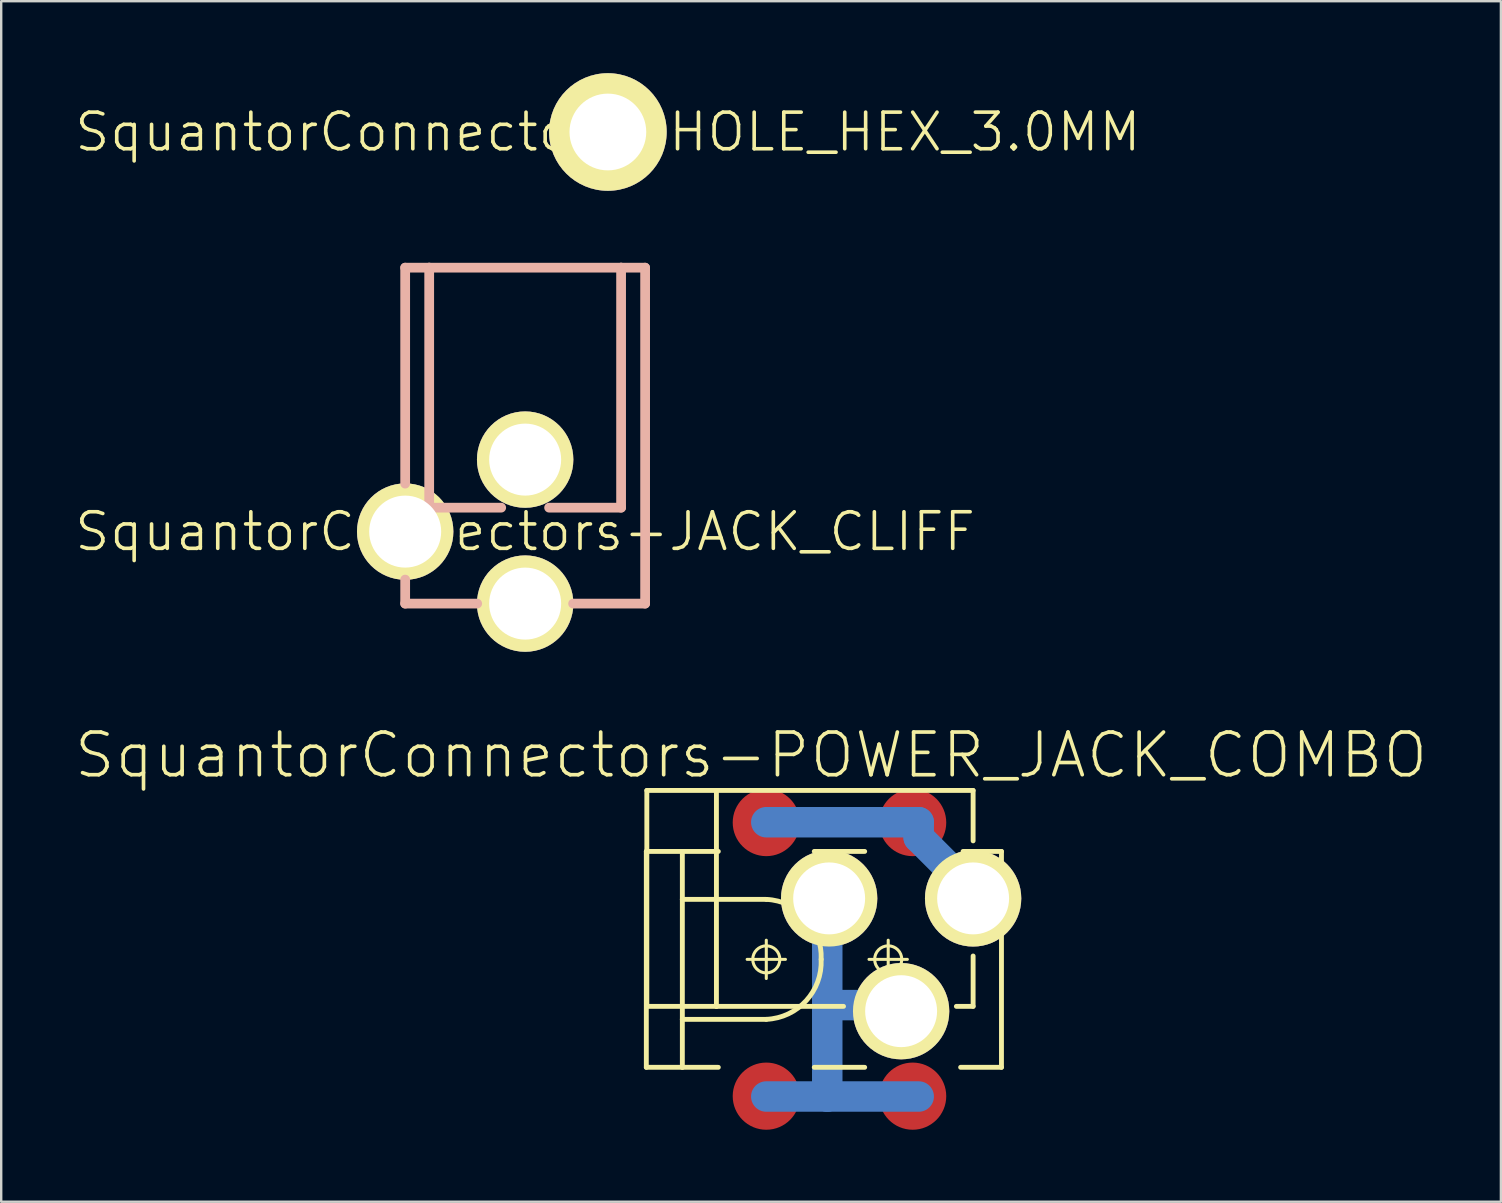
<source format=kicad_pcb>
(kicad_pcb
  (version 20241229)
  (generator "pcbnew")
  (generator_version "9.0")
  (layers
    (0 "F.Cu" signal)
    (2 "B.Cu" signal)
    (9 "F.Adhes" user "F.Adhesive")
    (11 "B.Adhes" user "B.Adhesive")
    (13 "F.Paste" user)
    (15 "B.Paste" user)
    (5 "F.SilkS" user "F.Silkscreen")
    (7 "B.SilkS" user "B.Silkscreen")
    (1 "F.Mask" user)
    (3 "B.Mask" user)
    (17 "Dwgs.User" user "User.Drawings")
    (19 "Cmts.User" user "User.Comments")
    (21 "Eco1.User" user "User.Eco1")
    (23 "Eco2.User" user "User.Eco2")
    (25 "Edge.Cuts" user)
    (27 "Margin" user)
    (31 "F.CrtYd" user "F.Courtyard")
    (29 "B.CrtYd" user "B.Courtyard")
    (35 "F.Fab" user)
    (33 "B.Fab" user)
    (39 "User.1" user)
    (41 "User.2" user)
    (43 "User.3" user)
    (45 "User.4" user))
  (footprint "SquantorConnectors-JACK_CLIFF"
    (layer "F.Cu")
    (at 18.832 19.101)
    (property "Reference" "SquantorConnectors-JACK_CLIFF" (at 0 0 0) (layer "F.SilkS") (effects (font (size 1.524 1.524) (thickness 0.15))))
    (attr exclude_from_pos_files exclude_from_bom)
    (fp_line (start -4.999 -10.998) (end -4.999 -1.999) (stroke (width 0.406) (type solid)) (layer "B.SilkS"))
    (fp_line (start -4.999 1.999) (end -4.999 3) (stroke (width 0.406) (type solid)) (layer "B.SilkS"))
    (fp_line (start -4.999 3) (end -1.999 3) (stroke (width 0.406) (type solid)) (layer "B.SilkS"))
    (fp_line (start -3.998 -10.998) (end -4.999 -10.998) (stroke (width 0.406) (type solid)) (layer "B.SilkS"))
    (fp_line (start -3.998 -10.998) (end -3.998 -0.998) (stroke (width 0.406) (type solid)) (layer "B.SilkS"))
    (fp_line (start -3.998 -0.998) (end -0.998 -0.998) (stroke (width 0.406) (type solid)) (layer "B.SilkS"))
    (fp_line (start 0.998 -0.998) (end 3.998 -0.998) (stroke (width 0.406) (type solid)) (layer "B.SilkS"))
    (fp_line (start 1.999 3) (end 4.999 3) (stroke (width 0.406) (type solid)) (layer "B.SilkS"))
    (fp_line (start 3.998 -10.998) (end -3.998 -10.998) (stroke (width 0.406) (type solid)) (layer "B.SilkS"))
    (fp_line (start 3.998 -0.998) (end 3.998 -10.998) (stroke (width 0.406) (type solid)) (layer "B.SilkS"))
    (fp_line (start 4.999 -10.998) (end 3.998 -10.998) (stroke (width 0.406) (type solid)) (layer "B.SilkS"))
    (fp_line (start 4.999 3) (end 4.999 -10.998) (stroke (width 0.406) (type solid)) (layer "B.SilkS"))
    (pad "BARR" thru_hole circle (at 0 -3) (size 4.016 4.016) (drill 3) (layers "*.Cu" "F.Mask" "F.SilkS" "F.Paste"))
    (pad "CENT" thru_hole circle (at 0 3) (size 4.016 4.016) (drill 3) (layers "*.Cu" "F.Mask" "F.SilkS" "F.Paste"))
    (pad "SWIT" thru_hole circle (at -4.999 0) (size 4.016 4.016) (drill 3) (layers "*.Cu" "F.Mask" "F.SilkS" "F.Paste")))
  (footprint "SquantorConnectors-POWER_JACK_COMBO"
    (layer "F.Cu")
    (at 28.88 36.925)
    (property "Reference" "SquantorConnectors-POWER_JACK_COMBO" (at -0.635 -8.509 0) (layer "F.SilkS") (effects (font (size 1.778 1.778) (thickness 0.152))))
    (attr smd)
    (fp_line (start 0 -5.715) (end 6.35 -5.715) (stroke (width 1.27) (type solid)) (layer "B.Cu"))
    (fp_line (start 2.54 -2.54) (end 2.54 1.905) (stroke (width 1.27) (type solid)) (layer "B.Cu"))
    (fp_line (start 2.54 1.905) (end 2.54 5.715) (stroke (width 1.27) (type solid)) (layer "B.Cu"))
    (fp_line (start 2.54 5.715) (end 0 5.715) (stroke (width 1.27) (type solid)) (layer "B.Cu"))
    (fp_line (start 5.715 1.905) (end 2.54 1.905) (stroke (width 1.27) (type solid)) (layer "B.Cu"))
    (fp_line (start 6.35 -5.715) (end 6.35 -5.08) (stroke (width 1.27) (type solid)) (layer "B.Cu"))
    (fp_line (start 6.35 -5.08) (end 8.89 -2.54) (stroke (width 1.27) (type solid)) (layer "B.Cu"))
    (fp_line (start 6.35 5.715) (end 2.54 5.715) (stroke (width 1.27) (type solid)) (layer "B.Cu"))
    (fp_line (start -4.999 -4.498) (end -4.999 4.498) (stroke (width 0.203) (type solid)) (layer "F.SilkS"))
    (fp_line (start -4.999 -4.498) (end -3.498 -4.498) (stroke (width 0.203) (type solid)) (layer "F.SilkS"))
    (fp_line (start -4.978 1.958) (end -4.978 -7.038) (stroke (width 0.203) (type solid)) (layer "F.SilkS"))
    (fp_line (start -4.978 1.958) (end -2.078 1.958) (stroke (width 0.203) (type solid)) (layer "F.SilkS"))
    (fp_line (start -3.498 -4.498) (end -3.498 -2.499) (stroke (width 0.203) (type solid)) (layer "F.SilkS"))
    (fp_line (start -3.498 -4.498) (end -1.999 -4.498) (stroke (width 0.203) (type solid)) (layer "F.SilkS"))
    (fp_line (start -3.498 -2.499) (end -3.498 2.499) (stroke (width 0.203) (type solid)) (layer "F.SilkS"))
    (fp_line (start -3.498 -2.499) (end 0 -2.499) (stroke (width 0.203) (type solid)) (layer "F.SilkS"))
    (fp_line (start -3.498 2.499) (end -3.498 4.498) (stroke (width 0.203) (type solid)) (layer "F.SilkS"))
    (fp_line (start -3.498 4.498) (end -4.999 4.498) (stroke (width 0.203) (type solid)) (layer "F.SilkS"))
    (fp_line (start -2.078 -7.038) (end -4.978 -7.038) (stroke (width 0.203) (type solid)) (layer "F.SilkS"))
    (fp_line (start -2.078 -7.038) (end -2.078 1.958) (stroke (width 0.203) (type solid)) (layer "F.SilkS"))
    (fp_line (start -2.078 -7.038) (end 8.618 -7.038) (stroke (width 0.203) (type solid)) (layer "F.SilkS"))
    (fp_line (start -2.078 1.958) (end 3.218 1.958) (stroke (width 0.203) (type solid)) (layer "F.SilkS"))
    (fp_line (start -1.999 4.498) (end -3.498 4.498) (stroke (width 0.203) (type solid)) (layer "F.SilkS"))
    (fp_line (start -0.798 0) (end 0.798 0) (stroke (width 0.127) (type solid)) (layer "F.SilkS"))
    (fp_line (start 0 0.798) (end 0 -0.798) (stroke (width 0.127) (type solid)) (layer "F.SilkS"))
    (fp_line (start 0 2.499) (end -3.498 2.499) (stroke (width 0.203) (type solid)) (layer "F.SilkS"))
    (fp_line (start 1.999 -4.498) (end 4.1 -4.498) (stroke (width 0.203) (type solid)) (layer "F.SilkS"))
    (fp_line (start 4.1 4.498) (end 1.999 4.498) (stroke (width 0.203) (type solid)) (layer "F.SilkS"))
    (fp_line (start 4.28 0) (end 5.878 0) (stroke (width 0.127) (type solid)) (layer "F.SilkS"))
    (fp_line (start 5.08 0.798) (end 5.08 -0.798) (stroke (width 0.127) (type solid)) (layer "F.SilkS"))
    (fp_line (start 8.199 -4.498) (end 9.799 -4.498) (stroke (width 0.203) (type solid)) (layer "F.SilkS"))
    (fp_line (start 8.618 -7.038) (end 8.618 -4.938) (stroke (width 0.203) (type solid)) (layer "F.SilkS"))
    (fp_line (start 8.618 1.958) (end 7.92 1.958) (stroke (width 0.203) (type solid)) (layer "F.SilkS"))
    (fp_line (start 8.618 1.958) (end 8.618 -0.14) (stroke (width 0.203) (type solid)) (layer "F.SilkS"))
    (fp_line (start 9.799 -4.498) (end 9.799 4.498) (stroke (width 0.203) (type solid)) (layer "F.SilkS"))
    (fp_line (start 9.799 4.498) (end 8.098 4.498) (stroke (width 0.203) (type solid)) (layer "F.SilkS"))
    (fp_arc (start 0 -2.49936) (mid 1.660634 -1.723126) (end 2.286 0) (stroke (width 0.2032) (type solid)) (layer "F.SilkS"))
    (fp_arc (start 2.286 0) (mid 1.660634 1.723126) (end 0 2.49936) (stroke (width 0.2032) (type solid)) (layer "F.SilkS"))
    (fp_circle (center 0 0) (end -0.399 0.399) (stroke (width 0.127) (type solid)) (fill no) (layer "F.SilkS"))
    (fp_circle (center 5.08 0) (end 5.479 0.399) (stroke (width 0.127) (type solid)) (fill no) (layer "F.SilkS"))
    (pad "GND" thru_hole circle (at 5.618 2.159) (size 4.013 4.013) (drill 2.997) (layers "*.Cu" "F.Mask" "F.SilkS" "F.Paste"))
    (pad "GND@" smd circle (at 0 5.7) (size 2.799 2.799) (layers "F.Cu" "F.Mask" "F.Paste"))
    (pad "GND@" thru_hole circle (at 2.619 -2.54) (size 4.013 4.013) (drill 2.997) (layers "*.Cu" "F.Mask" "F.SilkS" "F.Paste"))
    (pad "GND@" smd circle (at 6.099 5.7) (size 2.799 2.799) (layers "F.Cu" "F.Mask" "F.Paste"))
    (pad "POWE" smd circle (at 0 -5.7) (size 2.799 2.799) (layers "F.Cu" "F.Mask" "F.Paste"))
    (pad "POWE" smd circle (at 6.099 -5.7) (size 2.799 2.799) (layers "F.Cu" "F.Mask" "F.Paste"))
    (pad "POWE" thru_hole circle (at 8.618 -2.54) (size 4.013 4.013) (drill 2.997) (layers "*.Cu" "F.Mask" "F.SilkS" "F.Paste")))
  (footprint "SquantorConnectors-HOLE_HEX_3.0MM"
    (layer "F.Cu")
    (at 22.279 2.45)
    (property "Reference" "SquantorConnectors-HOLE_HEX_3.0MM" (at 0 0 0) (layer "F.SilkS") (effects (font (size 1.524 1.524) (thickness 0.15))))
    (attr exclude_from_pos_files exclude_from_bom)
    (pad "P$1" thru_hole circle (at 0 0) (size 4.9 4.9) (drill 3.198) (layers "*.Cu" "F.Mask" "F.SilkS" "F.Paste")))
  (gr_rect
    (start -3 -3)
    (end 59.49 47.025)
    (stroke (width 0.1) (type default))
    (fill no)
    (layer "Edge.Cuts")))
</source>
